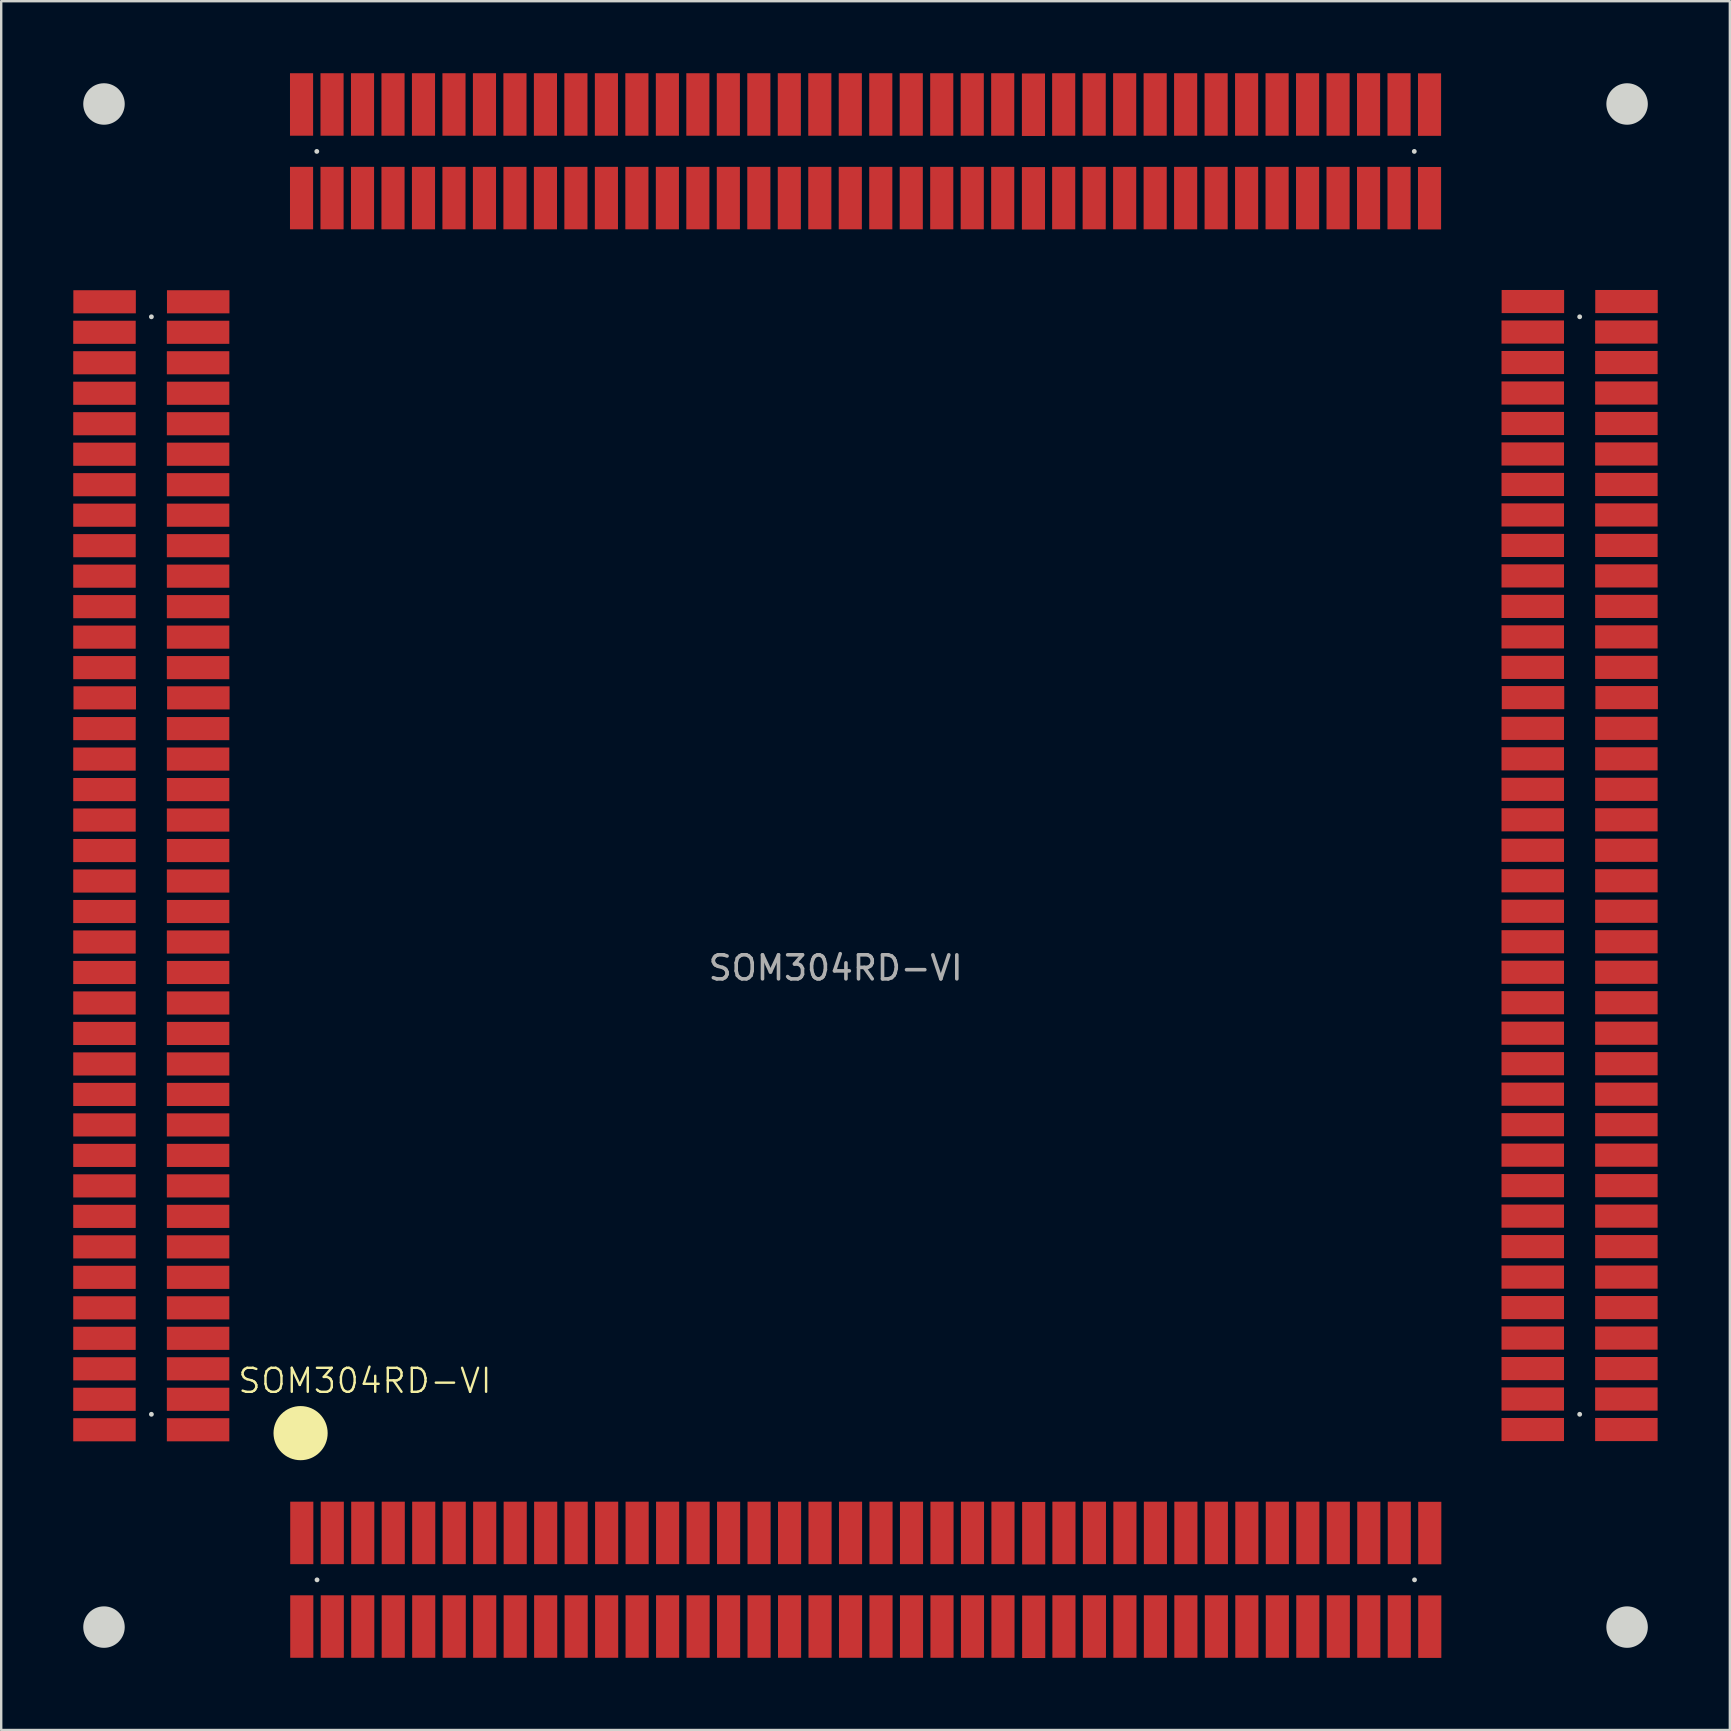
<source format=kicad_pcb>
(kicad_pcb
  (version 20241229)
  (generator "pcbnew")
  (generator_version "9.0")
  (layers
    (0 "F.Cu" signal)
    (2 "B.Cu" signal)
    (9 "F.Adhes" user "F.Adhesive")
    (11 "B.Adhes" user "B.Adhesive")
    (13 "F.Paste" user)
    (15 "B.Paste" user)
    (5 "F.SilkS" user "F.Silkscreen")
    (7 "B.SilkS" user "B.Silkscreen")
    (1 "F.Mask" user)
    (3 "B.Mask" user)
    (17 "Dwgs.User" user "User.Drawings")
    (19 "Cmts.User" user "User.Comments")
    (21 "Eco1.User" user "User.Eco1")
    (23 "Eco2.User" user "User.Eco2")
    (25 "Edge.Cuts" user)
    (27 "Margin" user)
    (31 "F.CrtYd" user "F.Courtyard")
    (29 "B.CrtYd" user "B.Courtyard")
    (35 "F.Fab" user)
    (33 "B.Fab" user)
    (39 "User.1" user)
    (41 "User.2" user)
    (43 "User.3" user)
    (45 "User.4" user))
  (footprint "SOM304RD-VI"
    (layer "F.Cu")
    (at 31.712 31.712)
    (property "Reference" "SOM304RD-VI" (at -19.56 22.76 0) (unlocked yes) (layer "F.SilkS") (effects (font (size 1 1) (thickness 0.1))))
    (attr smd)
    (fp_circle (center -22.24 24.94) (end -21.162 24.94) (stroke (width 0.1) (type solid)) (fill yes) (layer "F.SilkS"))
    (fp_circle (center -30.43 -30.43) (end -29.566 -30.43) (stroke (width 0) (type solid)) (fill yes) (layer "Edge.Cuts"))
    (fp_circle (center -30.43 33.02) (end -29.566 33.02) (stroke (width 0) (type solid)) (fill yes) (layer "Edge.Cuts"))
    (fp_circle (center -28.455 -21.565) (end -28.354 -21.565) (stroke (width 0) (type solid)) (fill yes) (layer "Edge.Cuts"))
    (fp_circle (center -28.455 24.155) (end -28.354 24.155) (stroke (width 0) (type solid)) (fill yes) (layer "Edge.Cuts"))
    (fp_circle (center -21.565 -28.455) (end -21.464 -28.455) (stroke (width 0) (type solid)) (fill yes) (layer "Edge.Cuts"))
    (fp_circle (center -21.555 31.052) (end -21.555 31.153) (stroke (width 0) (type solid)) (fill yes) (layer "Edge.Cuts"))
    (fp_circle (center 24.155 -28.455) (end 24.256 -28.455) (stroke (width 0) (type solid)) (fill yes) (layer "Edge.Cuts"))
    (fp_circle (center 24.165 31.052) (end 24.165 31.153) (stroke (width 0) (type solid)) (fill yes) (layer "Edge.Cuts"))
    (fp_circle (center 31.045 -21.565) (end 31.146 -21.565) (stroke (width 0) (type solid)) (fill yes) (layer "Edge.Cuts"))
    (fp_circle (center 31.045 24.155) (end 31.146 24.155) (stroke (width 0) (type solid)) (fill yes) (layer "Edge.Cuts"))
    (fp_circle (center 33.02 -30.43) (end 33.884 -30.43) (stroke (width 0) (type solid)) (fill yes) (layer "Edge.Cuts"))
    (fp_circle (center 33.02 33.02) (end 33.884 33.02) (stroke (width 0) (type solid)) (fill yes) (layer "Edge.Cuts"))
    (fp_text user "${REFERENCE}" (at 0.05 5.56 0) (unlocked yes) (layer "F.Fab") (effects (font (size 1 1) (thickness 0.15))))
    (pad "A1" smd rect (at -22.19 32.997 270) (size 2.603 0.963) (layers "F.Cu" "F.Mask" "F.Paste"))
    (pad "A2" smd rect (at -22.19 29.097 270) (size 2.603 0.963) (layers "F.Cu" "F.Mask" "F.Paste"))
    (pad "A3" smd rect (at -20.92 32.997 270) (size 2.603 0.963) (layers "F.Cu" "F.Mask" "F.Paste"))
    (pad "A4" smd rect (at -20.92 29.097 270) (size 2.603 0.963) (layers "F.Cu" "F.Mask" "F.Paste"))
    (pad "A5" smd rect (at -19.65 32.997 270) (size 2.603 0.963) (layers "F.Cu" "F.Mask" "F.Paste"))
    (pad "A6" smd rect (at -19.65 29.097 270) (size 2.603 0.963) (layers "F.Cu" "F.Mask" "F.Paste"))
    (pad "A7" smd rect (at -18.38 32.997 270) (size 2.603 0.963) (layers "F.Cu" "F.Mask" "F.Paste"))
    (pad "A8" smd rect (at -18.38 29.097 270) (size 2.603 0.963) (layers "F.Cu" "F.Mask" "F.Paste"))
    (pad "A9" smd rect (at -17.11 32.997 270) (size 2.603 0.963) (layers "F.Cu" "F.Mask" "F.Paste"))
    (pad "A10" smd rect (at -17.11 29.097 270) (size 2.603 0.963) (layers "F.Cu" "F.Mask" "F.Paste"))
    (pad "A11" smd rect (at -15.84 32.997 270) (size 2.603 0.963) (layers "F.Cu" "F.Mask" "F.Paste"))
    (pad "A12" smd rect (at -15.84 29.097 270) (size 2.603 0.963) (layers "F.Cu" "F.Mask" "F.Paste"))
    (pad "A13" smd rect (at -14.57 32.997 270) (size 2.603 0.963) (layers "F.Cu" "F.Mask" "F.Paste"))
    (pad "A14" smd rect (at -14.57 29.097 270) (size 2.603 0.963) (layers "F.Cu" "F.Mask" "F.Paste"))
    (pad "A15" smd rect (at -13.3 32.997 270) (size 2.603 0.963) (layers "F.Cu" "F.Mask" "F.Paste"))
    (pad "A16" smd rect (at -13.3 29.097 270) (size 2.603 0.963) (layers "F.Cu" "F.Mask" "F.Paste"))
    (pad "A17" smd rect (at -12.03 32.997 270) (size 2.603 0.963) (layers "F.Cu" "F.Mask" "F.Paste"))
    (pad "A18" smd rect (at -12.03 29.097 270) (size 2.603 0.963) (layers "F.Cu" "F.Mask" "F.Paste"))
    (pad "A19" smd rect (at -10.76 32.997 270) (size 2.603 0.963) (layers "F.Cu" "F.Mask" "F.Paste"))
    (pad "A20" smd rect (at -10.76 29.097 270) (size 2.603 0.963) (layers "F.Cu" "F.Mask" "F.Paste"))
    (pad "A21" smd rect (at -9.49 32.997 270) (size 2.603 0.963) (layers "F.Cu" "F.Mask" "F.Paste"))
    (pad "A22" smd rect (at -9.49 29.097 270) (size 2.603 0.963) (layers "F.Cu" "F.Mask" "F.Paste"))
    (pad "A23" smd rect (at -8.22 32.997 270) (size 2.603 0.963) (layers "F.Cu" "F.Mask" "F.Paste"))
    (pad "A24" smd rect (at -8.22 29.097 270) (size 2.603 0.963) (layers "F.Cu" "F.Mask" "F.Paste"))
    (pad "A25" smd rect (at -6.95 32.997 270) (size 2.603 0.963) (layers "F.Cu" "F.Mask" "F.Paste"))
    (pad "A26" smd rect (at -6.95 29.097 270) (size 2.603 0.963) (layers "F.Cu" "F.Mask" "F.Paste"))
    (pad "A27" smd rect (at -5.68 32.997 270) (size 2.603 0.963) (layers "F.Cu" "F.Mask" "F.Paste"))
    (pad "A28" smd rect (at -5.68 29.097 270) (size 2.603 0.963) (layers "F.Cu" "F.Mask" "F.Paste"))
    (pad "A29" smd rect (at -4.41 32.997 270) (size 2.603 0.963) (layers "F.Cu" "F.Mask" "F.Paste"))
    (pad "A30" smd rect (at -4.41 29.097 270) (size 2.603 0.963) (layers "F.Cu" "F.Mask" "F.Paste"))
    (pad "A31" smd rect (at -3.14 32.997 270) (size 2.603 0.963) (layers "F.Cu" "F.Mask" "F.Paste"))
    (pad "A32" smd rect (at -3.14 29.097 270) (size 2.603 0.963) (layers "F.Cu" "F.Mask" "F.Paste"))
    (pad "A33" smd rect (at -1.87 32.997 270) (size 2.603 0.963) (layers "F.Cu" "F.Mask" "F.Paste"))
    (pad "A34" smd rect (at -1.87 29.097 270) (size 2.603 0.963) (layers "F.Cu" "F.Mask" "F.Paste"))
    (pad "A35" smd rect (at -0.6 32.997 270) (size 2.603 0.963) (layers "F.Cu" "F.Mask" "F.Paste"))
    (pad "A36" smd rect (at -0.6 29.097 270) (size 2.603 0.963) (layers "F.Cu" "F.Mask" "F.Paste"))
    (pad "A37" smd rect (at 0.67 32.997 270) (size 2.603 0.963) (layers "F.Cu" "F.Mask" "F.Paste"))
    (pad "A38" smd rect (at 0.67 29.097 270) (size 2.603 0.963) (layers "F.Cu" "F.Mask" "F.Paste"))
    (pad "A39" smd rect (at 1.94 32.997 270) (size 2.603 0.963) (layers "F.Cu" "F.Mask" "F.Paste"))
    (pad "A40" smd rect (at 1.94 29.097 270) (size 2.603 0.963) (layers "F.Cu" "F.Mask" "F.Paste"))
    (pad "A41" smd rect (at 3.21 32.997 270) (size 2.603 0.963) (layers "F.Cu" "F.Mask" "F.Paste"))
    (pad "A42" smd rect (at 3.21 29.097 270) (size 2.603 0.963) (layers "F.Cu" "F.Mask" "F.Paste"))
    (pad "A43" smd rect (at 4.48 32.997 270) (size 2.603 0.963) (layers "F.Cu" "F.Mask" "F.Paste"))
    (pad "A44" smd rect (at 4.48 29.097 270) (size 2.603 0.963) (layers "F.Cu" "F.Mask" "F.Paste"))
    (pad "A45" smd rect (at 5.75 32.997 270) (size 2.603 0.963) (layers "F.Cu" "F.Mask" "F.Paste"))
    (pad "A46" smd rect (at 5.75 29.097 270) (size 2.603 0.963) (layers "F.Cu" "F.Mask" "F.Paste"))
    (pad "A47" smd rect (at 7.02 32.997 270) (size 2.603 0.963) (layers "F.Cu" "F.Mask" "F.Paste"))
    (pad "A48" smd rect (at 7.02 29.097 270) (size 2.603 0.963) (layers "F.Cu" "F.Mask" "F.Paste"))
    (pad "A49" smd rect (at 8.3 33.007 270) (size 2.603 0.963) (layers "F.Cu" "F.Mask" "F.Paste"))
    (pad "A50" smd rect (at 8.3 29.107 270) (size 2.603 0.963) (layers "F.Cu" "F.Mask" "F.Paste"))
    (pad "A51" smd rect (at 9.56 32.997 270) (size 2.603 0.963) (layers "F.Cu" "F.Mask" "F.Paste"))
    (pad "A52" smd rect (at 9.56 29.097 270) (size 2.603 0.963) (layers "F.Cu" "F.Mask" "F.Paste"))
    (pad "A53" smd rect (at 10.83 32.997 270) (size 2.603 0.963) (layers "F.Cu" "F.Mask" "F.Paste"))
    (pad "A54" smd rect (at 10.83 29.097 270) (size 2.603 0.963) (layers "F.Cu" "F.Mask" "F.Paste"))
    (pad "A55" smd rect (at 12.1 32.997 270) (size 2.603 0.963) (layers "F.Cu" "F.Mask" "F.Paste"))
    (pad "A56" smd rect (at 12.1 29.097 270) (size 2.603 0.963) (layers "F.Cu" "F.Mask" "F.Paste"))
    (pad "A57" smd rect (at 13.37 32.997 270) (size 2.603 0.963) (layers "F.Cu" "F.Mask" "F.Paste"))
    (pad "A58" smd rect (at 13.37 29.097 270) (size 2.603 0.963) (layers "F.Cu" "F.Mask" "F.Paste"))
    (pad "A59" smd rect (at 14.64 32.997 270) (size 2.603 0.963) (layers "F.Cu" "F.Mask" "F.Paste"))
    (pad "A60" smd rect (at 14.64 29.097 270) (size 2.603 0.963) (layers "F.Cu" "F.Mask" "F.Paste"))
    (pad "A61" smd rect (at 15.91 32.997 270) (size 2.603 0.963) (layers "F.Cu" "F.Mask" "F.Paste"))
    (pad "A62" smd rect (at 15.91 29.097 270) (size 2.603 0.963) (layers "F.Cu" "F.Mask" "F.Paste"))
    (pad "A63" smd rect (at 17.18 32.997 270) (size 2.603 0.963) (layers "F.Cu" "F.Mask" "F.Paste"))
    (pad "A64" smd rect (at 17.18 29.097 270) (size 2.603 0.963) (layers "F.Cu" "F.Mask" "F.Paste"))
    (pad "A65" smd rect (at 18.45 32.997 270) (size 2.603 0.963) (layers "F.Cu" "F.Mask" "F.Paste"))
    (pad "A66" smd rect (at 18.45 29.097 270) (size 2.603 0.963) (layers "F.Cu" "F.Mask" "F.Paste"))
    (pad "A67" smd rect (at 19.72 32.997 270) (size 2.603 0.963) (layers "F.Cu" "F.Mask" "F.Paste"))
    (pad "A68" smd rect (at 19.72 29.097 270) (size 2.603 0.963) (layers "F.Cu" "F.Mask" "F.Paste"))
    (pad "A69" smd rect (at 20.99 32.997 270) (size 2.603 0.963) (layers "F.Cu" "F.Mask" "F.Paste"))
    (pad "A70" smd rect (at 20.99 29.097 270) (size 2.603 0.963) (layers "F.Cu" "F.Mask" "F.Paste"))
    (pad "A71" smd rect (at 22.26 32.997 270) (size 2.603 0.963) (layers "F.Cu" "F.Mask" "F.Paste"))
    (pad "A72" smd rect (at 22.26 29.097 270) (size 2.603 0.963) (layers "F.Cu" "F.Mask" "F.Paste"))
    (pad "A73" smd rect (at 23.53 32.997 270) (size 2.603 0.963) (layers "F.Cu" "F.Mask" "F.Paste"))
    (pad "A74" smd rect (at 23.53 29.097 270) (size 2.603 0.963) (layers "F.Cu" "F.Mask" "F.Paste"))
    (pad "A75" smd rect (at 24.8 33.002 270) (size 2.603 0.963) (layers "F.Cu" "F.Mask" "F.Paste"))
    (pad "A76" smd rect (at 24.8 29.102 270) (size 2.603 0.963) (layers "F.Cu" "F.Mask" "F.Paste"))
    (pad "B1" smd rect (at 32.99 24.79) (size 2.603 0.963) (layers "F.Cu" "F.Mask" "F.Paste"))
    (pad "B2" smd rect (at 29.09 24.79) (size 2.603 0.963) (layers "F.Cu" "F.Mask" "F.Paste"))
    (pad "B3" smd rect (at 32.99 23.52) (size 2.603 0.963) (layers "F.Cu" "F.Mask" "F.Paste"))
    (pad "B4" smd rect (at 29.09 23.52) (size 2.603 0.963) (layers "F.Cu" "F.Mask" "F.Paste"))
    (pad "B5" smd rect (at 32.99 22.25) (size 2.603 0.963) (layers "F.Cu" "F.Mask" "F.Paste"))
    (pad "B6" smd rect (at 29.09 22.25) (size 2.603 0.963) (layers "F.Cu" "F.Mask" "F.Paste"))
    (pad "B7" smd rect (at 32.99 20.98) (size 2.603 0.963) (layers "F.Cu" "F.Mask" "F.Paste"))
    (pad "B8" smd rect (at 29.09 20.98) (size 2.603 0.963) (layers "F.Cu" "F.Mask" "F.Paste"))
    (pad "B9" smd rect (at 32.99 19.71) (size 2.603 0.963) (layers "F.Cu" "F.Mask" "F.Paste"))
    (pad "B10" smd rect (at 29.09 19.71) (size 2.603 0.963) (layers "F.Cu" "F.Mask" "F.Paste"))
    (pad "B11" smd rect (at 32.99 18.44) (size 2.603 0.963) (layers "F.Cu" "F.Mask" "F.Paste"))
    (pad "B12" smd rect (at 29.09 18.44) (size 2.603 0.963) (layers "F.Cu" "F.Mask" "F.Paste"))
    (pad "B13" smd rect (at 32.99 17.17) (size 2.603 0.963) (layers "F.Cu" "F.Mask" "F.Paste"))
    (pad "B14" smd rect (at 29.09 17.17) (size 2.603 0.963) (layers "F.Cu" "F.Mask" "F.Paste"))
    (pad "B15" smd rect (at 32.99 15.9) (size 2.603 0.963) (layers "F.Cu" "F.Mask" "F.Paste"))
    (pad "B16" smd rect (at 29.09 15.9) (size 2.603 0.963) (layers "F.Cu" "F.Mask" "F.Paste"))
    (pad "B17" smd rect (at 32.99 14.63) (size 2.603 0.963) (layers "F.Cu" "F.Mask" "F.Paste"))
    (pad "B18" smd rect (at 29.09 14.63) (size 2.603 0.963) (layers "F.Cu" "F.Mask" "F.Paste"))
    (pad "B19" smd rect (at 32.99 13.36) (size 2.603 0.963) (layers "F.Cu" "F.Mask" "F.Paste"))
    (pad "B20" smd rect (at 29.09 13.36) (size 2.603 0.963) (layers "F.Cu" "F.Mask" "F.Paste"))
    (pad "B21" smd rect (at 32.99 12.09) (size 2.603 0.963) (layers "F.Cu" "F.Mask" "F.Paste"))
    (pad "B22" smd rect (at 29.09 12.09) (size 2.603 0.963) (layers "F.Cu" "F.Mask" "F.Paste"))
    (pad "B23" smd rect (at 32.99 10.82) (size 2.603 0.963) (layers "F.Cu" "F.Mask" "F.Paste"))
    (pad "B24" smd rect (at 29.09 10.82) (size 2.603 0.963) (layers "F.Cu" "F.Mask" "F.Paste"))
    (pad "B25" smd rect (at 32.99 9.55) (size 2.603 0.963) (layers "F.Cu" "F.Mask" "F.Paste"))
    (pad "B26" smd rect (at 29.09 9.55) (size 2.603 0.963) (layers "F.Cu" "F.Mask" "F.Paste"))
    (pad "B27" smd rect (at 32.99 8.28) (size 2.603 0.963) (layers "F.Cu" "F.Mask" "F.Paste"))
    (pad "B28" smd rect (at 29.09 8.28) (size 2.603 0.963) (layers "F.Cu" "F.Mask" "F.Paste"))
    (pad "B29" smd rect (at 32.99 7.01) (size 2.603 0.963) (layers "F.Cu" "F.Mask" "F.Paste"))
    (pad "B30" smd rect (at 29.09 7.01) (size 2.603 0.963) (layers "F.Cu" "F.Mask" "F.Paste"))
    (pad "B31" smd rect (at 32.99 5.74) (size 2.603 0.963) (layers "F.Cu" "F.Mask" "F.Paste"))
    (pad "B32" smd rect (at 29.09 5.74) (size 2.603 0.963) (layers "F.Cu" "F.Mask" "F.Paste"))
    (pad "B33" smd rect (at 32.99 4.47) (size 2.603 0.963) (layers "F.Cu" "F.Mask" "F.Paste"))
    (pad "B34" smd rect (at 29.09 4.47) (size 2.603 0.963) (layers "F.Cu" "F.Mask" "F.Paste"))
    (pad "B35" smd rect (at 32.99 3.2) (size 2.603 0.963) (layers "F.Cu" "F.Mask" "F.Paste"))
    (pad "B36" smd rect (at 29.09 3.2) (size 2.603 0.963) (layers "F.Cu" "F.Mask" "F.Paste"))
    (pad "B37" smd rect (at 32.99 1.93) (size 2.603 0.963) (layers "F.Cu" "F.Mask" "F.Paste"))
    (pad "B38" smd rect (at 29.09 1.93) (size 2.603 0.963) (layers "F.Cu" "F.Mask" "F.Paste"))
    (pad "B39" smd rect (at 32.99 0.66) (size 2.603 0.963) (layers "F.Cu" "F.Mask" "F.Paste"))
    (pad "B40" smd rect (at 29.09 0.66) (size 2.603 0.963) (layers "F.Cu" "F.Mask" "F.Paste"))
    (pad "B41" smd rect (at 32.99 -0.61) (size 2.603 0.963) (layers "F.Cu" "F.Mask" "F.Paste"))
    (pad "B42" smd rect (at 29.09 -0.61) (size 2.603 0.963) (layers "F.Cu" "F.Mask" "F.Paste"))
    (pad "B43" smd rect (at 32.99 -1.88) (size 2.603 0.963) (layers "F.Cu" "F.Mask" "F.Paste"))
    (pad "B44" smd rect (at 29.09 -1.88) (size 2.603 0.963) (layers "F.Cu" "F.Mask" "F.Paste"))
    (pad "B45" smd rect (at 32.99 -3.15) (size 2.603 0.963) (layers "F.Cu" "F.Mask" "F.Paste"))
    (pad "B46" smd rect (at 29.09 -3.15) (size 2.603 0.963) (layers "F.Cu" "F.Mask" "F.Paste"))
    (pad "B47" smd rect (at 32.99 -4.42) (size 2.603 0.963) (layers "F.Cu" "F.Mask" "F.Paste"))
    (pad "B48" smd rect (at 29.09 -4.42) (size 2.603 0.963) (layers "F.Cu" "F.Mask" "F.Paste"))
    (pad "B49" smd rect (at 33 -5.7) (size 2.603 0.963) (layers "F.Cu" "F.Mask" "F.Paste"))
    (pad "B50" smd rect (at 29.1 -5.7) (size 2.603 0.963) (layers "F.Cu" "F.Mask" "F.Paste"))
    (pad "B51" smd rect (at 32.99 -6.96) (size 2.603 0.963) (layers "F.Cu" "F.Mask" "F.Paste"))
    (pad "B52" smd rect (at 29.09 -6.96) (size 2.603 0.963) (layers "F.Cu" "F.Mask" "F.Paste"))
    (pad "B53" smd rect (at 32.99 -8.23) (size 2.603 0.963) (layers "F.Cu" "F.Mask" "F.Paste"))
    (pad "B54" smd rect (at 29.09 -8.23) (size 2.603 0.963) (layers "F.Cu" "F.Mask" "F.Paste"))
    (pad "B55" smd rect (at 32.99 -9.5) (size 2.603 0.963) (layers "F.Cu" "F.Mask" "F.Paste"))
    (pad "B56" smd rect (at 29.09 -9.5) (size 2.603 0.963) (layers "F.Cu" "F.Mask" "F.Paste"))
    (pad "B57" smd rect (at 32.99 -10.77) (size 2.603 0.963) (layers "F.Cu" "F.Mask" "F.Paste"))
    (pad "B58" smd rect (at 29.09 -10.77) (size 2.603 0.963) (layers "F.Cu" "F.Mask" "F.Paste"))
    (pad "B59" smd rect (at 32.99 -12.04) (size 2.603 0.963) (layers "F.Cu" "F.Mask" "F.Paste"))
    (pad "B60" smd rect (at 29.09 -12.04) (size 2.603 0.963) (layers "F.Cu" "F.Mask" "F.Paste"))
    (pad "B61" smd rect (at 32.99 -13.31) (size 2.603 0.963) (layers "F.Cu" "F.Mask" "F.Paste"))
    (pad "B62" smd rect (at 29.09 -13.31) (size 2.603 0.963) (layers "F.Cu" "F.Mask" "F.Paste"))
    (pad "B63" smd rect (at 32.99 -14.58) (size 2.603 0.963) (layers "F.Cu" "F.Mask" "F.Paste"))
    (pad "B64" smd rect (at 29.09 -14.58) (size 2.603 0.963) (layers "F.Cu" "F.Mask" "F.Paste"))
    (pad "B65" smd rect (at 32.99 -15.85) (size 2.603 0.963) (layers "F.Cu" "F.Mask" "F.Paste"))
    (pad "B66" smd rect (at 29.09 -15.85) (size 2.603 0.963) (layers "F.Cu" "F.Mask" "F.Paste"))
    (pad "B67" smd rect (at 32.99 -17.12) (size 2.603 0.963) (layers "F.Cu" "F.Mask" "F.Paste"))
    (pad "B68" smd rect (at 29.09 -17.12) (size 2.603 0.963) (layers "F.Cu" "F.Mask" "F.Paste"))
    (pad "B69" smd rect (at 32.99 -18.39) (size 2.603 0.963) (layers "F.Cu" "F.Mask" "F.Paste"))
    (pad "B70" smd rect (at 29.09 -18.39) (size 2.603 0.963) (layers "F.Cu" "F.Mask" "F.Paste"))
    (pad "B71" smd rect (at 32.99 -19.66) (size 2.603 0.963) (layers "F.Cu" "F.Mask" "F.Paste"))
    (pad "B72" smd rect (at 29.09 -19.66) (size 2.603 0.963) (layers "F.Cu" "F.Mask" "F.Paste"))
    (pad "B73" smd rect (at 32.99 -20.93) (size 2.603 0.963) (layers "F.Cu" "F.Mask" "F.Paste"))
    (pad "B74" smd rect (at 29.09 -20.93) (size 2.603 0.963) (layers "F.Cu" "F.Mask" "F.Paste"))
    (pad "B75" smd rect (at 32.995 -22.2) (size 2.603 0.963) (layers "F.Cu" "F.Mask" "F.Paste"))
    (pad "B76" smd rect (at 29.095 -22.2) (size 2.603 0.963) (layers "F.Cu" "F.Mask" "F.Paste"))
    (pad "C1" smd rect (at -22.2 -26.51 270) (size 2.603 0.963) (layers "F.Cu" "F.Mask" "F.Paste"))
    (pad "C2" smd rect (at -22.2 -30.41 270) (size 2.603 0.963) (layers "F.Cu" "F.Mask" "F.Paste"))
    (pad "C3" smd rect (at -20.93 -26.51 270) (size 2.603 0.963) (layers "F.Cu" "F.Mask" "F.Paste"))
    (pad "C4" smd rect (at -20.93 -30.41 270) (size 2.603 0.963) (layers "F.Cu" "F.Mask" "F.Paste"))
    (pad "C5" smd rect (at -19.66 -26.51 270) (size 2.603 0.963) (layers "F.Cu" "F.Mask" "F.Paste"))
    (pad "C6" smd rect (at -19.66 -30.41 270) (size 2.603 0.963) (layers "F.Cu" "F.Mask" "F.Paste"))
    (pad "C7" smd rect (at -18.39 -26.51 270) (size 2.603 0.963) (layers "F.Cu" "F.Mask" "F.Paste"))
    (pad "C8" smd rect (at -18.39 -30.41 270) (size 2.603 0.963) (layers "F.Cu" "F.Mask" "F.Paste"))
    (pad "C9" smd rect (at -17.12 -26.51 270) (size 2.603 0.963) (layers "F.Cu" "F.Mask" "F.Paste"))
    (pad "C10" smd rect (at -17.12 -30.41 270) (size 2.603 0.963) (layers "F.Cu" "F.Mask" "F.Paste"))
    (pad "C11" smd rect (at -15.85 -26.51 270) (size 2.603 0.963) (layers "F.Cu" "F.Mask" "F.Paste"))
    (pad "C12" smd rect (at -15.85 -30.41 270) (size 2.603 0.963) (layers "F.Cu" "F.Mask" "F.Paste"))
    (pad "C13" smd rect (at -14.58 -26.51 270) (size 2.603 0.963) (layers "F.Cu" "F.Mask" "F.Paste"))
    (pad "C14" smd rect (at -14.58 -30.41 270) (size 2.603 0.963) (layers "F.Cu" "F.Mask" "F.Paste"))
    (pad "C15" smd rect (at -13.31 -26.51 270) (size 2.603 0.963) (layers "F.Cu" "F.Mask" "F.Paste"))
    (pad "C16" smd rect (at -13.31 -30.41 270) (size 2.603 0.963) (layers "F.Cu" "F.Mask" "F.Paste"))
    (pad "C17" smd rect (at -12.04 -26.51 270) (size 2.603 0.963) (layers "F.Cu" "F.Mask" "F.Paste"))
    (pad "C18" smd rect (at -12.04 -30.41 270) (size 2.603 0.963) (layers "F.Cu" "F.Mask" "F.Paste"))
    (pad "C19" smd rect (at -10.77 -26.51 270) (size 2.603 0.963) (layers "F.Cu" "F.Mask" "F.Paste"))
    (pad "C20" smd rect (at -10.77 -30.41 270) (size 2.603 0.963) (layers "F.Cu" "F.Mask" "F.Paste"))
    (pad "C21" smd rect (at -9.5 -26.51 270) (size 2.603 0.963) (layers "F.Cu" "F.Mask" "F.Paste"))
    (pad "C22" smd rect (at -9.5 -30.41 270) (size 2.603 0.963) (layers "F.Cu" "F.Mask" "F.Paste"))
    (pad "C23" smd rect (at -8.23 -26.51 270) (size 2.603 0.963) (layers "F.Cu" "F.Mask" "F.Paste"))
    (pad "C24" smd rect (at -8.23 -30.41 270) (size 2.603 0.963) (layers "F.Cu" "F.Mask" "F.Paste"))
    (pad "C25" smd rect (at -6.96 -26.51 270) (size 2.603 0.963) (layers "F.Cu" "F.Mask" "F.Paste"))
    (pad "C26" smd rect (at -6.96 -30.41 270) (size 2.603 0.963) (layers "F.Cu" "F.Mask" "F.Paste"))
    (pad "C27" smd rect (at -5.69 -26.51 270) (size 2.603 0.963) (layers "F.Cu" "F.Mask" "F.Paste"))
    (pad "C28" smd rect (at -5.69 -30.41 270) (size 2.603 0.963) (layers "F.Cu" "F.Mask" "F.Paste"))
    (pad "C29" smd rect (at -4.42 -26.51 270) (size 2.603 0.963) (layers "F.Cu" "F.Mask" "F.Paste"))
    (pad "C30" smd rect (at -4.42 -30.41 270) (size 2.603 0.963) (layers "F.Cu" "F.Mask" "F.Paste"))
    (pad "C31" smd rect (at -3.15 -26.51 270) (size 2.603 0.963) (layers "F.Cu" "F.Mask" "F.Paste"))
    (pad "C32" smd rect (at -3.15 -30.41 270) (size 2.603 0.963) (layers "F.Cu" "F.Mask" "F.Paste"))
    (pad "C33" smd rect (at -1.88 -26.51 270) (size 2.603 0.963) (layers "F.Cu" "F.Mask" "F.Paste"))
    (pad "C34" smd rect (at -1.88 -30.41 270) (size 2.603 0.963) (layers "F.Cu" "F.Mask" "F.Paste"))
    (pad "C35" smd rect (at -0.61 -26.51 270) (size 2.603 0.963) (layers "F.Cu" "F.Mask" "F.Paste"))
    (pad "C36" smd rect (at -0.61 -30.41 270) (size 2.603 0.963) (layers "F.Cu" "F.Mask" "F.Paste"))
    (pad "C37" smd rect (at 0.66 -26.51 270) (size 2.603 0.963) (layers "F.Cu" "F.Mask" "F.Paste"))
    (pad "C38" smd rect (at 0.66 -30.41 270) (size 2.603 0.963) (layers "F.Cu" "F.Mask" "F.Paste"))
    (pad "C39" smd rect (at 1.93 -26.51 270) (size 2.603 0.963) (layers "F.Cu" "F.Mask" "F.Paste"))
    (pad "C40" smd rect (at 1.93 -30.41 270) (size 2.603 0.963) (layers "F.Cu" "F.Mask" "F.Paste"))
    (pad "C41" smd rect (at 3.2 -26.51 270) (size 2.603 0.963) (layers "F.Cu" "F.Mask" "F.Paste"))
    (pad "C42" smd rect (at 3.2 -30.41 270) (size 2.603 0.963) (layers "F.Cu" "F.Mask" "F.Paste"))
    (pad "C43" smd rect (at 4.47 -26.51 270) (size 2.603 0.963) (layers "F.Cu" "F.Mask" "F.Paste"))
    (pad "C44" smd rect (at 4.47 -30.41 270) (size 2.603 0.963) (layers "F.Cu" "F.Mask" "F.Paste"))
    (pad "C45" smd rect (at 5.74 -26.51 270) (size 2.603 0.963) (layers "F.Cu" "F.Mask" "F.Paste"))
    (pad "C46" smd rect (at 5.74 -30.41 270) (size 2.603 0.963) (layers "F.Cu" "F.Mask" "F.Paste"))
    (pad "C47" smd rect (at 7.01 -26.51 270) (size 2.603 0.963) (layers "F.Cu" "F.Mask" "F.Paste"))
    (pad "C48" smd rect (at 7.01 -30.41 270) (size 2.603 0.963) (layers "F.Cu" "F.Mask" "F.Paste"))
    (pad "C49" smd rect (at 8.29 -26.5 270) (size 2.603 0.963) (layers "F.Cu" "F.Mask" "F.Paste"))
    (pad "C50" smd rect (at 8.29 -30.4 270) (size 2.603 0.963) (layers "F.Cu" "F.Mask" "F.Paste"))
    (pad "C51" smd rect (at 9.55 -26.51 270) (size 2.603 0.963) (layers "F.Cu" "F.Mask" "F.Paste"))
    (pad "C52" smd rect (at 9.55 -30.41 270) (size 2.603 0.963) (layers "F.Cu" "F.Mask" "F.Paste"))
    (pad "C53" smd rect (at 10.82 -26.51 270) (size 2.603 0.963) (layers "F.Cu" "F.Mask" "F.Paste"))
    (pad "C54" smd rect (at 10.82 -30.41 270) (size 2.603 0.963) (layers "F.Cu" "F.Mask" "F.Paste"))
    (pad "C55" smd rect (at 12.09 -26.51 270) (size 2.603 0.963) (layers "F.Cu" "F.Mask" "F.Paste"))
    (pad "C56" smd rect (at 12.09 -30.41 270) (size 2.603 0.963) (layers "F.Cu" "F.Mask" "F.Paste"))
    (pad "C57" smd rect (at 13.36 -26.51 270) (size 2.603 0.963) (layers "F.Cu" "F.Mask" "F.Paste"))
    (pad "C58" smd rect (at 13.36 -30.41 270) (size 2.603 0.963) (layers "F.Cu" "F.Mask" "F.Paste"))
    (pad "C59" smd rect (at 14.63 -26.51 270) (size 2.603 0.963) (layers "F.Cu" "F.Mask" "F.Paste"))
    (pad "C60" smd rect (at 14.63 -30.41 270) (size 2.603 0.963) (layers "F.Cu" "F.Mask" "F.Paste"))
    (pad "C61" smd rect (at 15.9 -26.51 270) (size 2.603 0.963) (layers "F.Cu" "F.Mask" "F.Paste"))
    (pad "C62" smd rect (at 15.9 -30.41 270) (size 2.603 0.963) (layers "F.Cu" "F.Mask" "F.Paste"))
    (pad "C63" smd rect (at 17.17 -26.51 270) (size 2.603 0.963) (layers "F.Cu" "F.Mask" "F.Paste"))
    (pad "C64" smd rect (at 17.17 -30.41 270) (size 2.603 0.963) (layers "F.Cu" "F.Mask" "F.Paste"))
    (pad "C65" smd rect (at 18.44 -26.51 270) (size 2.603 0.963) (layers "F.Cu" "F.Mask" "F.Paste"))
    (pad "C66" smd rect (at 18.44 -30.41 270) (size 2.603 0.963) (layers "F.Cu" "F.Mask" "F.Paste"))
    (pad "C67" smd rect (at 19.71 -26.51 270) (size 2.603 0.963) (layers "F.Cu" "F.Mask" "F.Paste"))
    (pad "C68" smd rect (at 19.71 -30.41 270) (size 2.603 0.963) (layers "F.Cu" "F.Mask" "F.Paste"))
    (pad "C69" smd rect (at 20.98 -26.51 270) (size 2.603 0.963) (layers "F.Cu" "F.Mask" "F.Paste"))
    (pad "C70" smd rect (at 20.98 -30.41 270) (size 2.603 0.963) (layers "F.Cu" "F.Mask" "F.Paste"))
    (pad "C71" smd rect (at 22.25 -26.51 270) (size 2.603 0.963) (layers "F.Cu" "F.Mask" "F.Paste"))
    (pad "C72" smd rect (at 22.25 -30.41 270) (size 2.603 0.963) (layers "F.Cu" "F.Mask" "F.Paste"))
    (pad "C73" smd rect (at 23.52 -26.51 270) (size 2.603 0.963) (layers "F.Cu" "F.Mask" "F.Paste"))
    (pad "C74" smd rect (at 23.52 -30.41 270) (size 2.603 0.963) (layers "F.Cu" "F.Mask" "F.Paste"))
    (pad "C75" smd rect (at 24.79 -26.505 270) (size 2.603 0.963) (layers "F.Cu" "F.Mask" "F.Paste"))
    (pad "C76" smd rect (at 24.79 -30.405 270) (size 2.603 0.963) (layers "F.Cu" "F.Mask" "F.Paste"))
    (pad "D1" smd rect (at -26.51 24.8) (size 2.603 0.963) (layers "F.Cu" "F.Mask" "F.Paste"))
    (pad "D2" smd rect (at -30.41 24.8) (size 2.603 0.963) (layers "F.Cu" "F.Mask" "F.Paste"))
    (pad "D3" smd rect (at -26.51 23.53) (size 2.603 0.963) (layers "F.Cu" "F.Mask" "F.Paste"))
    (pad "D4" smd rect (at -30.41 23.53) (size 2.603 0.963) (layers "F.Cu" "F.Mask" "F.Paste"))
    (pad "D5" smd rect (at -26.51 22.26) (size 2.603 0.963) (layers "F.Cu" "F.Mask" "F.Paste"))
    (pad "D6" smd rect (at -30.41 22.26) (size 2.603 0.963) (layers "F.Cu" "F.Mask" "F.Paste"))
    (pad "D7" smd rect (at -26.51 20.99) (size 2.603 0.963) (layers "F.Cu" "F.Mask" "F.Paste"))
    (pad "D8" smd rect (at -30.41 20.99) (size 2.603 0.963) (layers "F.Cu" "F.Mask" "F.Paste"))
    (pad "D9" smd rect (at -26.51 19.72) (size 2.603 0.963) (layers "F.Cu" "F.Mask" "F.Paste"))
    (pad "D10" smd rect (at -30.41 19.72) (size 2.603 0.963) (layers "F.Cu" "F.Mask" "F.Paste"))
    (pad "D11" smd rect (at -26.51 18.45) (size 2.603 0.963) (layers "F.Cu" "F.Mask" "F.Paste"))
    (pad "D12" smd rect (at -30.41 18.45) (size 2.603 0.963) (layers "F.Cu" "F.Mask" "F.Paste"))
    (pad "D13" smd rect (at -26.51 17.18) (size 2.603 0.963) (layers "F.Cu" "F.Mask" "F.Paste"))
    (pad "D14" smd rect (at -30.41 17.18) (size 2.603 0.963) (layers "F.Cu" "F.Mask" "F.Paste"))
    (pad "D15" smd rect (at -26.51 15.91) (size 2.603 0.963) (layers "F.Cu" "F.Mask" "F.Paste"))
    (pad "D16" smd rect (at -30.41 15.91) (size 2.603 0.963) (layers "F.Cu" "F.Mask" "F.Paste"))
    (pad "D17" smd rect (at -26.51 14.64) (size 2.603 0.963) (layers "F.Cu" "F.Mask" "F.Paste"))
    (pad "D18" smd rect (at -30.41 14.64) (size 2.603 0.963) (layers "F.Cu" "F.Mask" "F.Paste"))
    (pad "D19" smd rect (at -26.51 13.37) (size 2.603 0.963) (layers "F.Cu" "F.Mask" "F.Paste"))
    (pad "D20" smd rect (at -30.41 13.37) (size 2.603 0.963) (layers "F.Cu" "F.Mask" "F.Paste"))
    (pad "D21" smd rect (at -26.51 12.1) (size 2.603 0.963) (layers "F.Cu" "F.Mask" "F.Paste"))
    (pad "D22" smd rect (at -30.41 12.1) (size 2.603 0.963) (layers "F.Cu" "F.Mask" "F.Paste"))
    (pad "D23" smd rect (at -26.51 10.83) (size 2.603 0.963) (layers "F.Cu" "F.Mask" "F.Paste"))
    (pad "D24" smd rect (at -30.41 10.83) (size 2.603 0.963) (layers "F.Cu" "F.Mask" "F.Paste"))
    (pad "D25" smd rect (at -26.51 9.56) (size 2.603 0.963) (layers "F.Cu" "F.Mask" "F.Paste"))
    (pad "D26" smd rect (at -30.41 9.56) (size 2.603 0.963) (layers "F.Cu" "F.Mask" "F.Paste"))
    (pad "D27" smd rect (at -26.51 8.29) (size 2.603 0.963) (layers "F.Cu" "F.Mask" "F.Paste"))
    (pad "D28" smd rect (at -30.41 8.29) (size 2.603 0.963) (layers "F.Cu" "F.Mask" "F.Paste"))
    (pad "D29" smd rect (at -26.51 7.02) (size 2.603 0.963) (layers "F.Cu" "F.Mask" "F.Paste"))
    (pad "D30" smd rect (at -30.41 7.02) (size 2.603 0.963) (layers "F.Cu" "F.Mask" "F.Paste"))
    (pad "D31" smd rect (at -26.51 5.75) (size 2.603 0.963) (layers "F.Cu" "F.Mask" "F.Paste"))
    (pad "D32" smd rect (at -30.41 5.75) (size 2.603 0.963) (layers "F.Cu" "F.Mask" "F.Paste"))
    (pad "D33" smd rect (at -26.51 4.48) (size 2.603 0.963) (layers "F.Cu" "F.Mask" "F.Paste"))
    (pad "D34" smd rect (at -30.41 4.48) (size 2.603 0.963) (layers "F.Cu" "F.Mask" "F.Paste"))
    (pad "D35" smd rect (at -26.51 3.21) (size 2.603 0.963) (layers "F.Cu" "F.Mask" "F.Paste"))
    (pad "D36" smd rect (at -30.41 3.21) (size 2.603 0.963) (layers "F.Cu" "F.Mask" "F.Paste"))
    (pad "D37" smd rect (at -26.51 1.94) (size 2.603 0.963) (layers "F.Cu" "F.Mask" "F.Paste"))
    (pad "D38" smd rect (at -30.41 1.94) (size 2.603 0.963) (layers "F.Cu" "F.Mask" "F.Paste"))
    (pad "D39" smd rect (at -26.51 0.67) (size 2.603 0.963) (layers "F.Cu" "F.Mask" "F.Paste"))
    (pad "D40" smd rect (at -30.41 0.67) (size 2.603 0.963) (layers "F.Cu" "F.Mask" "F.Paste"))
    (pad "D41" smd rect (at -26.51 -0.6) (size 2.603 0.963) (layers "F.Cu" "F.Mask" "F.Paste"))
    (pad "D42" smd rect (at -30.41 -0.6) (size 2.603 0.963) (layers "F.Cu" "F.Mask" "F.Paste"))
    (pad "D43" smd rect (at -26.51 -1.87) (size 2.603 0.963) (layers "F.Cu" "F.Mask" "F.Paste"))
    (pad "D44" smd rect (at -30.41 -1.87) (size 2.603 0.963) (layers "F.Cu" "F.Mask" "F.Paste"))
    (pad "D45" smd rect (at -26.51 -3.14) (size 2.603 0.963) (layers "F.Cu" "F.Mask" "F.Paste"))
    (pad "D46" smd rect (at -30.41 -3.14) (size 2.603 0.963) (layers "F.Cu" "F.Mask" "F.Paste"))
    (pad "D47" smd rect (at -26.51 -4.41) (size 2.603 0.963) (layers "F.Cu" "F.Mask" "F.Paste"))
    (pad "D48" smd rect (at -30.41 -4.41) (size 2.603 0.963) (layers "F.Cu" "F.Mask" "F.Paste"))
    (pad "D49" smd rect (at -26.5 -5.69) (size 2.603 0.963) (layers "F.Cu" "F.Mask" "F.Paste"))
    (pad "D50" smd rect (at -30.4 -5.69) (size 2.603 0.963) (layers "F.Cu" "F.Mask" "F.Paste"))
    (pad "D51" smd rect (at -26.51 -6.95) (size 2.603 0.963) (layers "F.Cu" "F.Mask" "F.Paste"))
    (pad "D52" smd rect (at -30.41 -6.95) (size 2.603 0.963) (layers "F.Cu" "F.Mask" "F.Paste"))
    (pad "D53" smd rect (at -26.51 -8.22) (size 2.603 0.963) (layers "F.Cu" "F.Mask" "F.Paste"))
    (pad "D54" smd rect (at -30.41 -8.22) (size 2.603 0.963) (layers "F.Cu" "F.Mask" "F.Paste"))
    (pad "D55" smd rect (at -26.51 -9.49) (size 2.603 0.963) (layers "F.Cu" "F.Mask" "F.Paste"))
    (pad "D56" smd rect (at -30.41 -9.49) (size 2.603 0.963) (layers "F.Cu" "F.Mask" "F.Paste"))
    (pad "D57" smd rect (at -26.51 -10.76) (size 2.603 0.963) (layers "F.Cu" "F.Mask" "F.Paste"))
    (pad "D58" smd rect (at -30.41 -10.76) (size 2.603 0.963) (layers "F.Cu" "F.Mask" "F.Paste"))
    (pad "D59" smd rect (at -26.51 -12.03) (size 2.603 0.963) (layers "F.Cu" "F.Mask" "F.Paste"))
    (pad "D60" smd rect (at -30.41 -12.03) (size 2.603 0.963) (layers "F.Cu" "F.Mask" "F.Paste"))
    (pad "D61" smd rect (at -26.51 -13.3) (size 2.603 0.963) (layers "F.Cu" "F.Mask" "F.Paste"))
    (pad "D62" smd rect (at -30.41 -13.3) (size 2.603 0.963) (layers "F.Cu" "F.Mask" "F.Paste"))
    (pad "D63" smd rect (at -26.51 -14.57) (size 2.603 0.963) (layers "F.Cu" "F.Mask" "F.Paste"))
    (pad "D64" smd rect (at -30.41 -14.57) (size 2.603 0.963) (layers "F.Cu" "F.Mask" "F.Paste"))
    (pad "D65" smd rect (at -26.51 -15.84) (size 2.603 0.963) (layers "F.Cu" "F.Mask" "F.Paste"))
    (pad "D66" smd rect (at -30.41 -15.84) (size 2.603 0.963) (layers "F.Cu" "F.Mask" "F.Paste"))
    (pad "D67" smd rect (at -26.51 -17.11) (size 2.603 0.963) (layers "F.Cu" "F.Mask" "F.Paste"))
    (pad "D68" smd rect (at -30.41 -17.11) (size 2.603 0.963) (layers "F.Cu" "F.Mask" "F.Paste"))
    (pad "D69" smd rect (at -26.51 -18.38) (size 2.603 0.963) (layers "F.Cu" "F.Mask" "F.Paste"))
    (pad "D70" smd rect (at -30.41 -18.38) (size 2.603 0.963) (layers "F.Cu" "F.Mask" "F.Paste"))
    (pad "D71" smd rect (at -26.51 -19.65) (size 2.603 0.963) (layers "F.Cu" "F.Mask" "F.Paste"))
    (pad "D72" smd rect (at -30.41 -19.65) (size 2.603 0.963) (layers "F.Cu" "F.Mask" "F.Paste"))
    (pad "D73" smd rect (at -26.51 -20.92) (size 2.603 0.963) (layers "F.Cu" "F.Mask" "F.Paste"))
    (pad "D74" smd rect (at -30.41 -20.92) (size 2.603 0.963) (layers "F.Cu" "F.Mask" "F.Paste"))
    (pad "D75" smd rect (at -26.505 -22.19) (size 2.603 0.963) (layers "F.Cu" "F.Mask" "F.Paste"))
    (pad "D76" smd rect (at -30.405 -22.19) (size 2.603 0.963) (layers "F.Cu" "F.Mask" "F.Paste")))
  (gr_rect
    (start -3 -3)
    (end 69.013 69.02)
    (stroke (width 0.1) (type default))
    (fill no)
    (layer "Edge.Cuts")))
</source>
